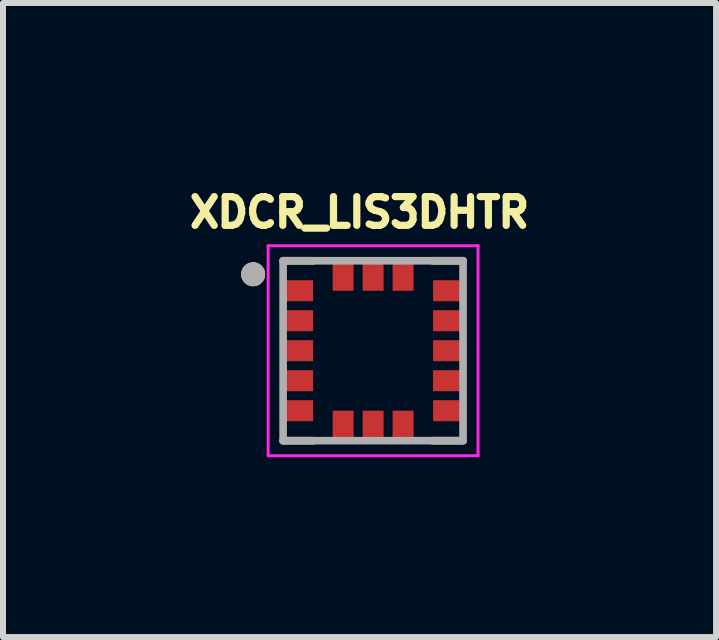
<source format=kicad_pcb>
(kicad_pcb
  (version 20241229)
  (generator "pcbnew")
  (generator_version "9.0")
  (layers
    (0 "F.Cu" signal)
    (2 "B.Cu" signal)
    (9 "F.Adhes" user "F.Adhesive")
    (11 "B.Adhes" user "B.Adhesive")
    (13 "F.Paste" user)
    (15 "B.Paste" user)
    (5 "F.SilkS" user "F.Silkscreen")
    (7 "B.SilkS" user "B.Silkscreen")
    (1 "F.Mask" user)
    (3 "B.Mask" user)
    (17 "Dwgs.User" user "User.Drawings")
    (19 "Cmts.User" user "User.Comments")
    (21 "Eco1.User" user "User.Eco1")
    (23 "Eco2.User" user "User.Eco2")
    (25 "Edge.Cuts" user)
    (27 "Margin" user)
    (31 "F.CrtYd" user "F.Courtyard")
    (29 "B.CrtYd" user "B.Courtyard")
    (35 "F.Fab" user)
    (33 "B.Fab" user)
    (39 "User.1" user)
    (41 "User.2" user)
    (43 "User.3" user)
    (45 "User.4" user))
  (footprint "XDCR_LIS3DHTR"
    (layer "F.Cu")
    (at 3.171 2.798)
    (property "Reference" "XDCR_LIS3DHTR" (at -0.226 -2.306 0) (layer "F.SilkS") (effects (font (size 0.48 0.48) (thickness 0.15))))
    (attr through_hole)
    (fp_poly (pts (xy -1.5 -1.225) (xy -0.95 -1.225) (xy -0.95 -0.775) (xy -1.5 -0.775)) (stroke (width 0.01) (type solid)) (fill yes) (layer "F.Mask"))
    (fp_poly (pts (xy -1.5 -0.725) (xy -0.95 -0.725) (xy -0.95 -0.275) (xy -1.5 -0.275)) (stroke (width 0.01) (type solid)) (fill yes) (layer "F.Mask"))
    (fp_poly (pts (xy -1.5 -0.225) (xy -0.95 -0.225) (xy -0.95 0.225) (xy -1.5 0.225)) (stroke (width 0.01) (type solid)) (fill yes) (layer "F.Mask"))
    (fp_poly (pts (xy -1.5 0.275) (xy -0.95 0.275) (xy -0.95 0.725) (xy -1.5 0.725)) (stroke (width 0.01) (type solid)) (fill yes) (layer "F.Mask"))
    (fp_poly (pts (xy -1.5 0.775) (xy -0.95 0.775) (xy -0.95 1.225) (xy -1.5 1.225)) (stroke (width 0.01) (type solid)) (fill yes) (layer "F.Mask"))
    (fp_poly (pts (xy -0.775 -1.45) (xy -0.225 -1.45) (xy -0.225 -1) (xy -0.775 -1)) (stroke (width 0.01) (type solid)) (fill yes) (layer "F.Mask"))
    (fp_poly (pts (xy -0.775 1) (xy -0.225 1) (xy -0.225 1.45) (xy -0.775 1.45)) (stroke (width 0.01) (type solid)) (fill yes) (layer "F.Mask"))
    (fp_poly (pts (xy -0.275 -1.45) (xy 0.275 -1.45) (xy 0.275 -1) (xy -0.275 -1)) (stroke (width 0.01) (type solid)) (fill yes) (layer "F.Mask"))
    (fp_poly (pts (xy -0.275 1) (xy 0.275 1) (xy 0.275 1.45) (xy -0.275 1.45)) (stroke (width 0.01) (type solid)) (fill yes) (layer "F.Mask"))
    (fp_poly (pts (xy 0.225 -1.45) (xy 0.775 -1.45) (xy 0.775 -1) (xy 0.225 -1)) (stroke (width 0.01) (type solid)) (fill yes) (layer "F.Mask"))
    (fp_poly (pts (xy 0.225 1) (xy 0.775 1) (xy 0.775 1.45) (xy 0.225 1.45)) (stroke (width 0.01) (type solid)) (fill yes) (layer "F.Mask"))
    (fp_poly (pts (xy 0.95 -1.225) (xy 1.5 -1.225) (xy 1.5 -0.775) (xy 0.95 -0.775)) (stroke (width 0.01) (type solid)) (fill yes) (layer "F.Mask"))
    (fp_poly (pts (xy 0.95 -0.725) (xy 1.5 -0.725) (xy 1.5 -0.275) (xy 0.95 -0.275)) (stroke (width 0.01) (type solid)) (fill yes) (layer "F.Mask"))
    (fp_poly (pts (xy 0.95 -0.225) (xy 1.5 -0.225) (xy 1.5 0.225) (xy 0.95 0.225)) (stroke (width 0.01) (type solid)) (fill yes) (layer "F.Mask"))
    (fp_poly (pts (xy 0.95 0.275) (xy 1.5 0.275) (xy 1.5 0.725) (xy 0.95 0.725)) (stroke (width 0.01) (type solid)) (fill yes) (layer "F.Mask"))
    (fp_poly (pts (xy 0.95 0.775) (xy 1.5 0.775) (xy 1.5 1.225) (xy 0.95 1.225)) (stroke (width 0.01) (type solid)) (fill yes) (layer "F.Mask"))
    (fp_line (start -1.5 1.5) (end -0.99 1.5) (stroke (width 0.127) (type solid)) (layer "F.SilkS"))
    (fp_line (start -0.99 -1.5) (end -1.5 -1.5) (stroke (width 0.127) (type solid)) (layer "F.SilkS"))
    (fp_line (start 0.99 -1.5) (end 1.5 -1.5) (stroke (width 0.127) (type solid)) (layer "F.SilkS"))
    (fp_line (start 0.99 1.5) (end 1.5 1.5) (stroke (width 0.127) (type solid)) (layer "F.SilkS"))
    (fp_circle (center -2 -1.275) (end -1.9 -1.275) (stroke (width 0.2) (type solid)) (fill no) (layer "F.SilkS"))
    (fp_poly (pts (xy -1.405 -1.14) (xy -1.045 -1.14) (xy -1.045 -0.86) (xy -1.405 -0.86)) (stroke (width 0.01) (type solid)) (fill yes) (layer "F.Paste"))
    (fp_poly (pts (xy -1.405 -0.64) (xy -1.045 -0.64) (xy -1.045 -0.36) (xy -1.405 -0.36)) (stroke (width 0.01) (type solid)) (fill yes) (layer "F.Paste"))
    (fp_poly (pts (xy -1.405 -0.14) (xy -1.045 -0.14) (xy -1.045 0.14) (xy -1.405 0.14)) (stroke (width 0.01) (type solid)) (fill yes) (layer "F.Paste"))
    (fp_poly (pts (xy -1.405 0.36) (xy -1.045 0.36) (xy -1.045 0.64) (xy -1.405 0.64)) (stroke (width 0.01) (type solid)) (fill yes) (layer "F.Paste"))
    (fp_poly (pts (xy -1.405 0.86) (xy -1.045 0.86) (xy -1.045 1.14) (xy -1.405 1.14)) (stroke (width 0.01) (type solid)) (fill yes) (layer "F.Paste"))
    (fp_poly (pts (xy -0.68 -1.365) (xy -0.32 -1.365) (xy -0.32 -1.085) (xy -0.68 -1.085)) (stroke (width 0.01) (type solid)) (fill yes) (layer "F.Paste"))
    (fp_poly (pts (xy -0.68 1.085) (xy -0.32 1.085) (xy -0.32 1.365) (xy -0.68 1.365)) (stroke (width 0.01) (type solid)) (fill yes) (layer "F.Paste"))
    (fp_poly (pts (xy -0.18 -1.365) (xy 0.18 -1.365) (xy 0.18 -1.085) (xy -0.18 -1.085)) (stroke (width 0.01) (type solid)) (fill yes) (layer "F.Paste"))
    (fp_poly (pts (xy -0.18 1.085) (xy 0.18 1.085) (xy 0.18 1.365) (xy -0.18 1.365)) (stroke (width 0.01) (type solid)) (fill yes) (layer "F.Paste"))
    (fp_poly (pts (xy 0.32 -1.365) (xy 0.68 -1.365) (xy 0.68 -1.085) (xy 0.32 -1.085)) (stroke (width 0.01) (type solid)) (fill yes) (layer "F.Paste"))
    (fp_poly (pts (xy 0.32 1.085) (xy 0.68 1.085) (xy 0.68 1.365) (xy 0.32 1.365)) (stroke (width 0.01) (type solid)) (fill yes) (layer "F.Paste"))
    (fp_poly (pts (xy 1.045 -1.14) (xy 1.405 -1.14) (xy 1.405 -0.86) (xy 1.045 -0.86)) (stroke (width 0.01) (type solid)) (fill yes) (layer "F.Paste"))
    (fp_poly (pts (xy 1.045 -0.64) (xy 1.405 -0.64) (xy 1.405 -0.36) (xy 1.045 -0.36)) (stroke (width 0.01) (type solid)) (fill yes) (layer "F.Paste"))
    (fp_poly (pts (xy 1.045 -0.14) (xy 1.405 -0.14) (xy 1.405 0.14) (xy 1.045 0.14)) (stroke (width 0.01) (type solid)) (fill yes) (layer "F.Paste"))
    (fp_poly (pts (xy 1.045 0.36) (xy 1.405 0.36) (xy 1.405 0.64) (xy 1.045 0.64)) (stroke (width 0.01) (type solid)) (fill yes) (layer "F.Paste"))
    (fp_poly (pts (xy 1.045 0.86) (xy 1.405 0.86) (xy 1.405 1.14) (xy 1.045 1.14)) (stroke (width 0.01) (type solid)) (fill yes) (layer "F.Paste"))
    (fp_line (start -1.75 -1.75) (end -1.75 1.75) (stroke (width 0.05) (type solid)) (layer "F.CrtYd"))
    (fp_line (start -1.75 1.75) (end 1.75 1.75) (stroke (width 0.05) (type solid)) (layer "F.CrtYd"))
    (fp_line (start 1.75 -1.75) (end -1.75 -1.75) (stroke (width 0.05) (type solid)) (layer "F.CrtYd"))
    (fp_line (start 1.75 1.75) (end 1.75 -1.75) (stroke (width 0.05) (type solid)) (layer "F.CrtYd"))
    (fp_line (start -1.5 -1.5) (end -1.5 1.5) (stroke (width 0.127) (type solid)) (layer "F.Fab"))
    (fp_line (start -1.5 1.5) (end 1.5 1.5) (stroke (width 0.127) (type solid)) (layer "F.Fab"))
    (fp_line (start 1.5 -1.5) (end -1.5 -1.5) (stroke (width 0.127) (type solid)) (layer "F.Fab"))
    (fp_line (start 1.5 1.5) (end 1.5 -1.5) (stroke (width 0.127) (type solid)) (layer "F.Fab"))
    (fp_circle (center -2 -1.275) (end -1.9 -1.275) (stroke (width 0.2) (type solid)) (fill no) (layer "F.Fab"))
    (pad "1" smd rect (at -1.225 -1) (size 0.45 0.35) (layers "F.Cu"))
    (pad "2" smd rect (at -1.225 -0.5) (size 0.45 0.35) (layers "F.Cu"))
    (pad "3" smd rect (at -1.225 0) (size 0.45 0.35) (layers "F.Cu"))
    (pad "4" smd rect (at -1.225 0.5) (size 0.45 0.35) (layers "F.Cu"))
    (pad "5" smd rect (at -1.225 1) (size 0.45 0.35) (layers "F.Cu"))
    (pad "6" smd rect (at -0.5 1.225) (size 0.35 0.45) (layers "F.Cu"))
    (pad "7" smd rect (at 0 1.225) (size 0.35 0.45) (layers "F.Cu"))
    (pad "8" smd rect (at 0.5 1.225) (size 0.35 0.45) (layers "F.Cu"))
    (pad "9" smd rect (at 1.225 1) (size 0.45 0.35) (layers "F.Cu"))
    (pad "10" smd rect (at 1.225 0.5) (size 0.45 0.35) (layers "F.Cu"))
    (pad "11" smd rect (at 1.225 0) (size 0.45 0.35) (layers "F.Cu"))
    (pad "12" smd rect (at 1.225 -0.5) (size 0.45 0.35) (layers "F.Cu"))
    (pad "13" smd rect (at 1.225 -1) (size 0.45 0.35) (layers "F.Cu"))
    (pad "14" smd rect (at 0.5 -1.225) (size 0.35 0.45) (layers "F.Cu"))
    (pad "15" smd rect (at 0 -1.225) (size 0.35 0.45) (layers "F.Cu"))
    (pad "16" smd rect (at -0.5 -1.225) (size 0.35 0.45) (layers "F.Cu")))
  (gr_rect
    (start -3 -3)
    (end 8.89 7.573)
    (stroke (width 0.1) (type default))
    (fill no)
    (layer "Edge.Cuts")))
</source>
